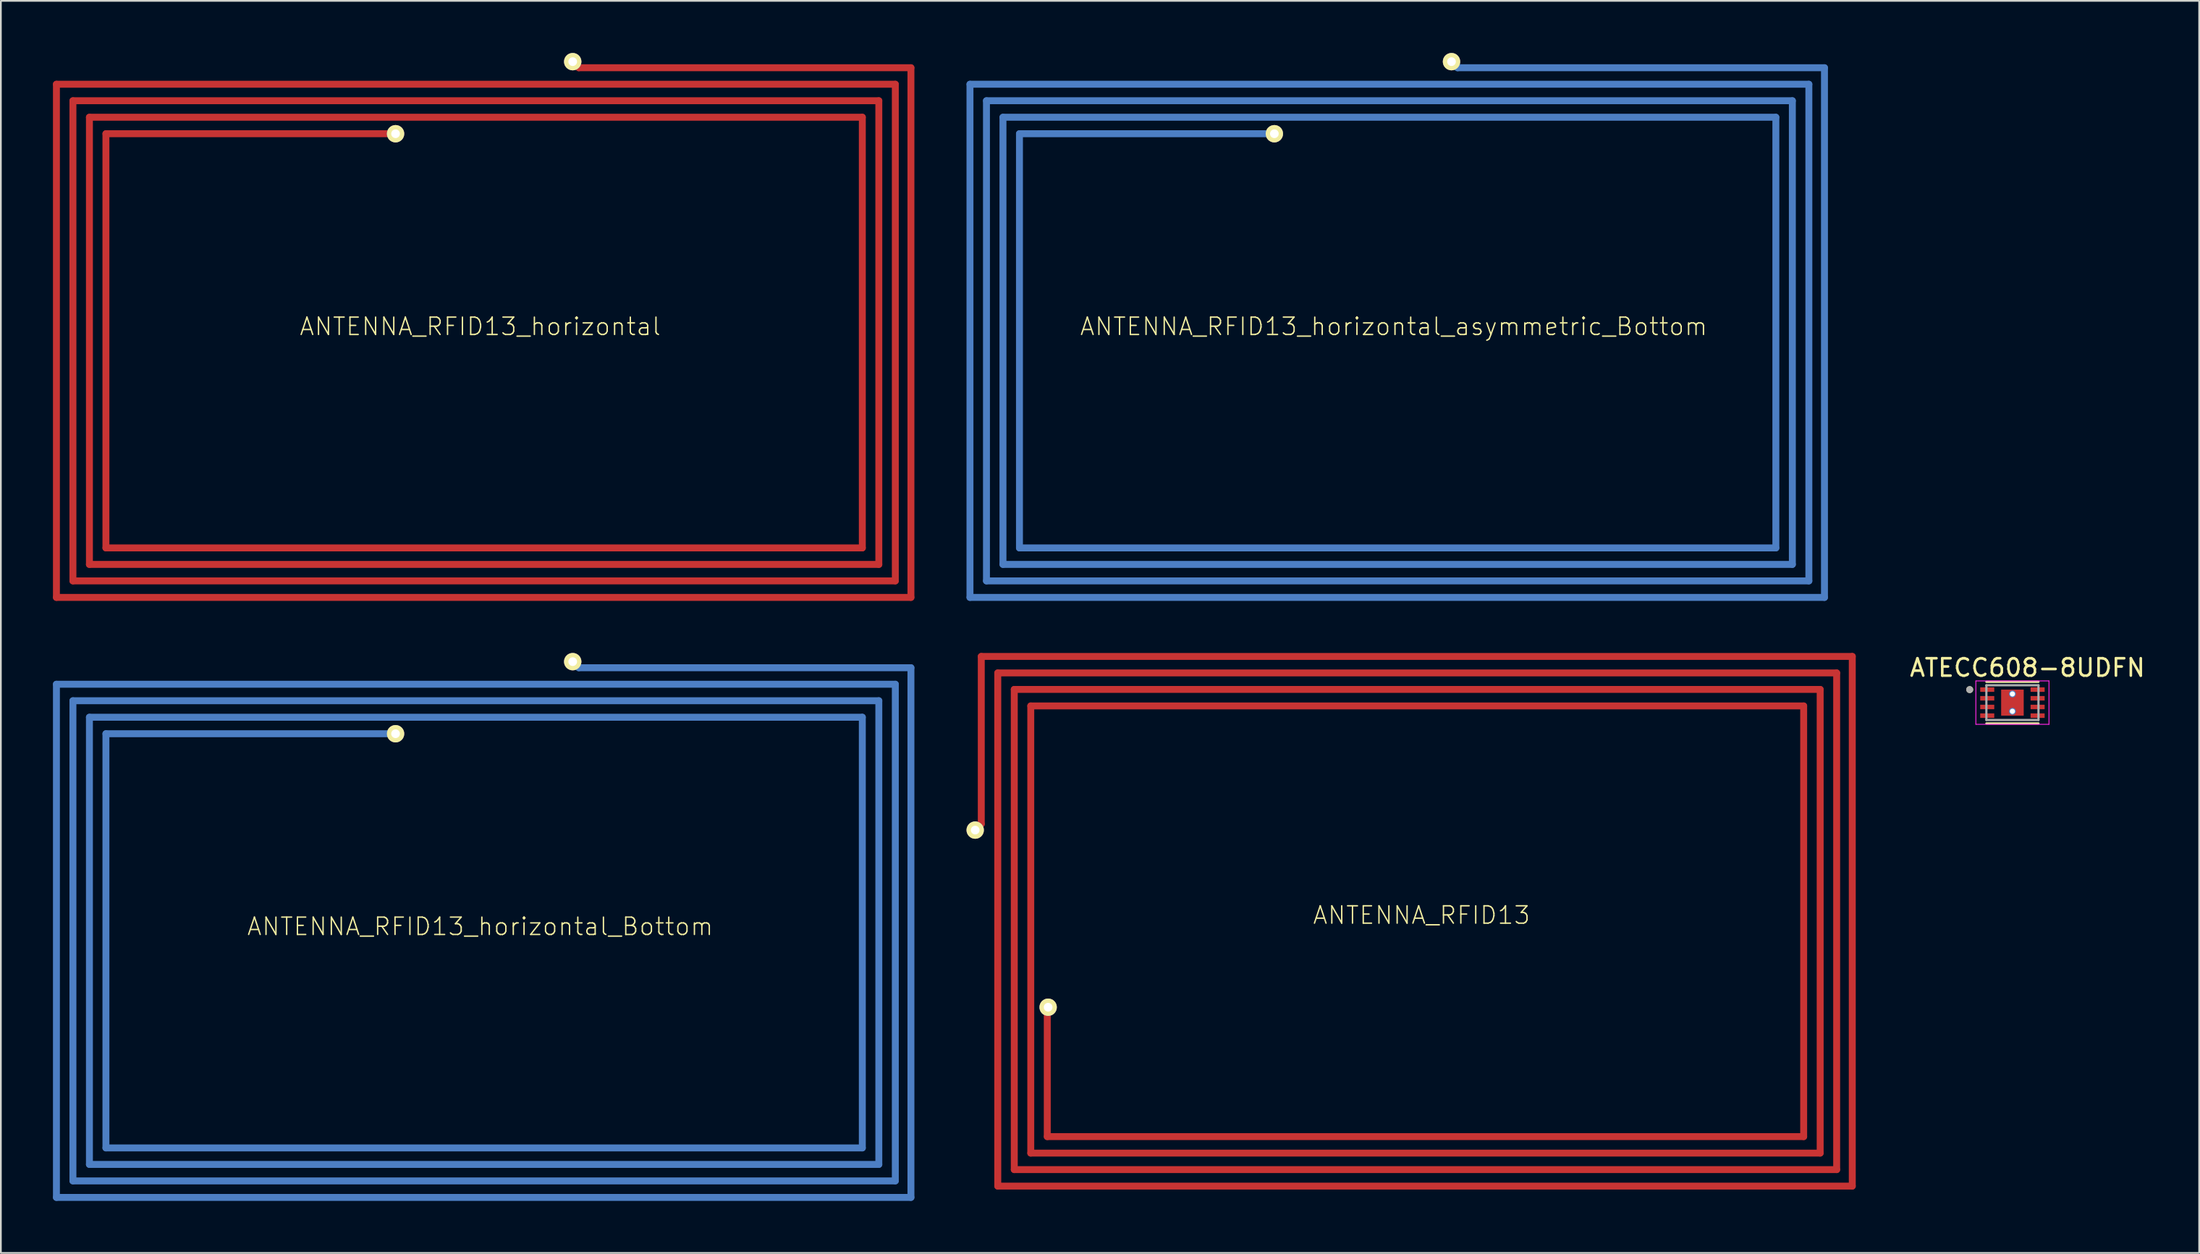
<source format=kicad_pcb>
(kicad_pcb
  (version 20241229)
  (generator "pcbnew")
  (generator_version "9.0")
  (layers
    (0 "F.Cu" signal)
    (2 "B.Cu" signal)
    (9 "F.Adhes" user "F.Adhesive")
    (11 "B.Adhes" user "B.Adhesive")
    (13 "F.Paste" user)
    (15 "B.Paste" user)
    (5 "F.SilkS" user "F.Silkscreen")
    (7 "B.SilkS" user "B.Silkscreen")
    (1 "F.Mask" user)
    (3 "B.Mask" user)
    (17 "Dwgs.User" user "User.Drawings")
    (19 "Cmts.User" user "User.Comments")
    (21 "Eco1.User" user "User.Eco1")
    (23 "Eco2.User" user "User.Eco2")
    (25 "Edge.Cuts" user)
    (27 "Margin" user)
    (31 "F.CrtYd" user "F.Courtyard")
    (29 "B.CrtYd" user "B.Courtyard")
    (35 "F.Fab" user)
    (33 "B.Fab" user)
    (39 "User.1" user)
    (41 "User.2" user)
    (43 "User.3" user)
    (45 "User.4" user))
  (footprint "ANTENNA_RFID13_horizontal_asymmetric_Bottom"
    (placed yes)
    (layer "F.Cu")
    (at 77.198 15.751)
    (property "Reference" "ANTENNA_RFID13_horizontal_asymmetric_Bottom" (at 0 0 0) (layer "F.SilkS") (effects (font (size 1 1) (thickness 0.08))))
    (attr through_hole)
    (fp_line (start -24.4 -13.95) (end 23.901 -13.95) (stroke (width 0.399) (type solid)) (layer "B.Cu"))
    (fp_line (start -24.4 15.6) (end -24.4 -13.95) (stroke (width 0.399) (type solid)) (layer "B.Cu"))
    (fp_line (start -24.4 15.6) (end 24.8 15.6) (stroke (width 0.399) (type solid)) (layer "B.Cu"))
    (fp_line (start -23.45 -13) (end 22.951 -13) (stroke (width 0.399) (type solid)) (layer "B.Cu"))
    (fp_line (start -23.45 14.65) (end -23.45 -13) (stroke (width 0.399) (type solid)) (layer "B.Cu"))
    (fp_line (start -23.45 14.65) (end 23.901 14.65) (stroke (width 0.399) (type solid)) (layer "B.Cu"))
    (fp_line (start -22.5 -12.05) (end 22.001 -12.05) (stroke (width 0.399) (type solid)) (layer "B.Cu"))
    (fp_line (start -22.5 13.7) (end -22.5 -12.05) (stroke (width 0.399) (type solid)) (layer "B.Cu"))
    (fp_line (start -22.5 13.7) (end 22.951 13.7) (stroke (width 0.399) (type solid)) (layer "B.Cu"))
    (fp_line (start -21.55 -11.1) (end -6.874 -11.1) (stroke (width 0.399) (type solid)) (layer "B.Cu"))
    (fp_line (start -21.55 12.75) (end -21.55 -11.1) (stroke (width 0.399) (type solid)) (layer "B.Cu"))
    (fp_line (start -21.55 12.75) (end 22.001 12.75) (stroke (width 0.399) (type solid)) (layer "B.Cu"))
    (fp_line (start 3.676 -14.9) (end 3.326 -15.251) (stroke (width 0.399) (type solid)) (layer "B.Cu"))
    (fp_line (start 3.676 -14.9) (end 24.8 -14.9) (stroke (width 0.399) (type solid)) (layer "B.Cu"))
    (fp_line (start 22.001 12.75) (end 22.001 -12.05) (stroke (width 0.399) (type solid)) (layer "B.Cu"))
    (fp_line (start 22.951 13.7) (end 22.951 -13) (stroke (width 0.399) (type solid)) (layer "B.Cu"))
    (fp_line (start 23.901 14.65) (end 23.901 -13.95) (stroke (width 0.399) (type solid)) (layer "B.Cu"))
    (fp_line (start 24.8 15.6) (end 24.8 -14.9) (stroke (width 0.399) (type solid)) (layer "B.Cu"))
    (pad "1" thru_hole circle (at 3.326 -15.251) (size 1 1) (drill 0.5) (layers "*.Cu" "*.Mask" "F.SilkS"))
    (pad "2" thru_hole circle (at -6.874 -11.1) (size 1 1) (drill 0.5) (layers "*.Cu" "*.Mask" "F.SilkS")))
  (footprint "ANTENNA_RFID13_horizontal_Bottom"
    (placed yes)
    (layer "F.Cu")
    (at 24.599 50.301)
    (property "Reference" "ANTENNA_RFID13_horizontal_Bottom" (at 0 0 0) (layer "F.SilkS") (effects (font (size 1 1) (thickness 0.08))))
    (attr through_hole)
    (fp_line (start -24.4 -13.95) (end 23.901 -13.95) (stroke (width 0.399) (type solid)) (layer "B.Cu"))
    (fp_line (start -24.4 15.6) (end -24.4 -13.95) (stroke (width 0.399) (type solid)) (layer "B.Cu"))
    (fp_line (start -24.4 15.6) (end 24.8 15.6) (stroke (width 0.399) (type solid)) (layer "B.Cu"))
    (fp_line (start -23.45 -13) (end 22.951 -13) (stroke (width 0.399) (type solid)) (layer "B.Cu"))
    (fp_line (start -23.45 14.65) (end -23.45 -13) (stroke (width 0.399) (type solid)) (layer "B.Cu"))
    (fp_line (start -23.45 14.65) (end 23.901 14.65) (stroke (width 0.399) (type solid)) (layer "B.Cu"))
    (fp_line (start -22.5 -12.05) (end 22.001 -12.05) (stroke (width 0.399) (type solid)) (layer "B.Cu"))
    (fp_line (start -22.5 13.7) (end -22.5 -12.05) (stroke (width 0.399) (type solid)) (layer "B.Cu"))
    (fp_line (start -22.5 13.7) (end 22.951 13.7) (stroke (width 0.399) (type solid)) (layer "B.Cu"))
    (fp_line (start -21.55 -11.1) (end -4.874 -11.1) (stroke (width 0.399) (type solid)) (layer "B.Cu"))
    (fp_line (start -21.55 12.75) (end -21.55 -11.1) (stroke (width 0.399) (type solid)) (layer "B.Cu"))
    (fp_line (start -21.55 12.75) (end 22.001 12.75) (stroke (width 0.399) (type solid)) (layer "B.Cu"))
    (fp_line (start 5.676 -14.9) (end 5.326 -15.251) (stroke (width 0.399) (type solid)) (layer "B.Cu"))
    (fp_line (start 5.676 -14.9) (end 24.8 -14.9) (stroke (width 0.399) (type solid)) (layer "B.Cu"))
    (fp_line (start 22.001 12.75) (end 22.001 -12.05) (stroke (width 0.399) (type solid)) (layer "B.Cu"))
    (fp_line (start 22.951 13.7) (end 22.951 -13) (stroke (width 0.399) (type solid)) (layer "B.Cu"))
    (fp_line (start 23.901 14.65) (end 23.901 -13.95) (stroke (width 0.399) (type solid)) (layer "B.Cu"))
    (fp_line (start 24.8 15.6) (end 24.8 -14.9) (stroke (width 0.399) (type solid)) (layer "B.Cu"))
    (pad "1" thru_hole circle (at 5.326 -15.251) (size 1 1) (drill 0.5) (layers "*.Cu" "*.Mask" "F.SilkS"))
    (pad "2" thru_hole circle (at -4.874 -11.1) (size 1 1) (drill 0.5) (layers "*.Cu" "*.Mask" "F.SilkS")))
  (footprint "ATECC608-8UDFN"
    (layer "F.Cu")
    (at 112.82 37.41)
    (property "Reference" "ATECC608-8UDFN" (at 0.865 -2.012 0) (layer "F.SilkS") (effects (font (size 1 1) (thickness 0.15))))
    (attr through_hole)
    (fp_line (start -1.5 -1.2) (end 1.5 -1.2) (stroke (width 0.127) (type solid)) (layer "F.SilkS"))
    (fp_line (start -1.5 1.2) (end 1.5 1.2) (stroke (width 0.127) (type solid)) (layer "F.SilkS"))
    (fp_circle (center -2.46 -0.75) (end -2.36 -0.75) (stroke (width 0.2) (type solid)) (fill no) (layer "F.SilkS"))
    (fp_poly (pts (xy -0.41 -0.47) (xy 0.41 -0.47) (xy 0.41 0.47) (xy -0.41 0.47)) (stroke (width 0.01) (type solid)) (fill yes) (layer "F.Paste"))
    (fp_line (start -2.105 -1.25) (end -2.105 1.25) (stroke (width 0.05) (type solid)) (layer "F.CrtYd"))
    (fp_line (start -2.105 -1.25) (end 2.105 -1.25) (stroke (width 0.05) (type solid)) (layer "F.CrtYd"))
    (fp_line (start -2.105 1.25) (end 2.105 1.25) (stroke (width 0.05) (type solid)) (layer "F.CrtYd"))
    (fp_line (start 2.105 -1.25) (end 2.105 1.25) (stroke (width 0.05) (type solid)) (layer "F.CrtYd"))
    (fp_line (start -1.5 -1) (end -1.5 1) (stroke (width 0.127) (type solid)) (layer "F.Fab"))
    (fp_line (start -1.5 -1) (end 1.5 -1) (stroke (width 0.127) (type solid)) (layer "F.Fab"))
    (fp_line (start -1.5 1) (end 1.5 1) (stroke (width 0.127) (type solid)) (layer "F.Fab"))
    (fp_line (start 1.5 -1) (end 1.5 1) (stroke (width 0.127) (type solid)) (layer "F.Fab"))
    (fp_circle (center -2.46 -0.75) (end -2.36 -0.75) (stroke (width 0.2) (type solid)) (fill no) (layer "F.Fab"))
    (pad "1" smd rect (at -1.45 -0.75) (size 0.81 0.26) (layers "F.Cu" "F.Mask" "F.Paste"))
    (pad "2" smd rect (at -1.45 -0.25) (size 0.81 0.26) (layers "F.Cu" "F.Mask" "F.Paste"))
    (pad "3" smd rect (at -1.45 0.25) (size 0.81 0.26) (layers "F.Cu" "F.Mask" "F.Paste"))
    (pad "4" smd rect (at -1.45 0.75) (size 0.81 0.26) (layers "F.Cu" "F.Mask" "F.Paste"))
    (pad "5" smd rect (at 1.45 0.75) (size 0.81 0.26) (layers "F.Cu" "F.Mask" "F.Paste"))
    (pad "6" smd rect (at 1.45 0.25) (size 0.81 0.26) (layers "F.Cu" "F.Mask" "F.Paste"))
    (pad "7" smd rect (at 1.45 -0.25) (size 0.81 0.26) (layers "F.Cu" "F.Mask" "F.Paste"))
    (pad "8" smd rect (at 1.45 -0.75) (size 0.81 0.26) (layers "F.Cu" "F.Mask" "F.Paste"))
    (pad "9" smd rect (at 0 0) (size 1.3 1.5) (layers "F.Cu" "F.Mask"))
    (pad "9_1" thru_hole circle (at 0 -0.5) (size 0.4 0.4) (drill 0.3) (layers "*.Cu" "*.Mask"))
    (pad "9_2" thru_hole circle (at 0 0.5) (size 0.4 0.4) (drill 0.3) (layers "*.Cu" "*.Mask")))
  (footprint "ANTENNA_RFID13"
    (placed yes)
    (layer "F.Cu")
    (at 78.799 49.65)
    (property "Reference" "ANTENNA_RFID13" (at 0 0 0) (layer "F.SilkS") (effects (font (size 1 1) (thickness 0.08))))
    (attr through_hole)
    (fp_line (start -25.7 -4.9) (end -25.35 -5.251) (stroke (width 0.399) (type solid)) (layer "F.Cu"))
    (fp_line (start -25.35 -14.9) (end 24.8 -14.9) (stroke (width 0.399) (type solid)) (layer "F.Cu"))
    (fp_line (start -25.35 -5.251) (end -25.35 -14.9) (stroke (width 0.399) (type solid)) (layer "F.Cu"))
    (fp_line (start -24.4 -13.95) (end 23.901 -13.95) (stroke (width 0.399) (type solid)) (layer "F.Cu"))
    (fp_line (start -24.4 15.6) (end -24.4 -13.95) (stroke (width 0.399) (type solid)) (layer "F.Cu"))
    (fp_line (start -24.4 15.6) (end 24.8 15.6) (stroke (width 0.399) (type solid)) (layer "F.Cu"))
    (fp_line (start -23.45 -13) (end 22.951 -13) (stroke (width 0.399) (type solid)) (layer "F.Cu"))
    (fp_line (start -23.45 14.65) (end -23.45 -13) (stroke (width 0.399) (type solid)) (layer "F.Cu"))
    (fp_line (start -23.45 14.65) (end 23.901 14.65) (stroke (width 0.399) (type solid)) (layer "F.Cu"))
    (fp_line (start -22.5 -12.05) (end 22.001 -12.05) (stroke (width 0.399) (type solid)) (layer "F.Cu"))
    (fp_line (start -22.5 13.7) (end -22.5 -12.05) (stroke (width 0.399) (type solid)) (layer "F.Cu"))
    (fp_line (start -22.5 13.7) (end 22.951 13.7) (stroke (width 0.399) (type solid)) (layer "F.Cu"))
    (fp_line (start -21.55 12.75) (end -21.55 5.3) (stroke (width 0.399) (type solid)) (layer "F.Cu"))
    (fp_line (start -21.55 12.75) (end 22.001 12.75) (stroke (width 0.399) (type solid)) (layer "F.Cu"))
    (fp_line (start 22.001 12.75) (end 22.001 -12.05) (stroke (width 0.399) (type solid)) (layer "F.Cu"))
    (fp_line (start 22.951 13.7) (end 22.951 -13) (stroke (width 0.399) (type solid)) (layer "F.Cu"))
    (fp_line (start 23.901 14.65) (end 23.901 -13.95) (stroke (width 0.399) (type solid)) (layer "F.Cu"))
    (fp_line (start 24.8 15.6) (end 24.8 -14.9) (stroke (width 0.399) (type solid)) (layer "F.Cu"))
    (pad "1" thru_hole circle (at -25.7 -4.9) (size 1 1) (drill 0.5) (layers "*.Cu" "*.Mask" "F.SilkS"))
    (pad "2" thru_hole circle (at -21.5 5.3) (size 1 1) (drill 0.5) (layers "*.Cu" "*.Mask" "F.SilkS")))
  (footprint "ANTENNA_RFID13_horizontal"
    (placed yes)
    (layer "F.Cu")
    (at 24.599 15.751)
    (property "Reference" "ANTENNA_RFID13_horizontal" (at 0 0 0) (layer "F.SilkS") (effects (font (size 1 1) (thickness 0.08))))
    (attr through_hole)
    (fp_line (start -24.4 -13.95) (end 23.901 -13.95) (stroke (width 0.399) (type solid)) (layer "F.Cu"))
    (fp_line (start -24.4 15.6) (end -24.4 -13.95) (stroke (width 0.399) (type solid)) (layer "F.Cu"))
    (fp_line (start -24.4 15.6) (end 24.8 15.6) (stroke (width 0.399) (type solid)) (layer "F.Cu"))
    (fp_line (start -23.45 -13) (end 22.951 -13) (stroke (width 0.399) (type solid)) (layer "F.Cu"))
    (fp_line (start -23.45 14.65) (end -23.45 -13) (stroke (width 0.399) (type solid)) (layer "F.Cu"))
    (fp_line (start -23.45 14.65) (end 23.901 14.65) (stroke (width 0.399) (type solid)) (layer "F.Cu"))
    (fp_line (start -22.5 -12.05) (end 22.001 -12.05) (stroke (width 0.399) (type solid)) (layer "F.Cu"))
    (fp_line (start -22.5 13.7) (end -22.5 -12.05) (stroke (width 0.399) (type solid)) (layer "F.Cu"))
    (fp_line (start -22.5 13.7) (end 22.951 13.7) (stroke (width 0.399) (type solid)) (layer "F.Cu"))
    (fp_line (start -21.55 -11.1) (end -4.874 -11.1) (stroke (width 0.399) (type solid)) (layer "F.Cu"))
    (fp_line (start -21.55 12.75) (end -21.55 -11.1) (stroke (width 0.399) (type solid)) (layer "F.Cu"))
    (fp_line (start -21.55 12.75) (end 22.001 12.75) (stroke (width 0.399) (type solid)) (layer "F.Cu"))
    (fp_line (start 5.676 -14.9) (end 5.326 -15.251) (stroke (width 0.399) (type solid)) (layer "F.Cu"))
    (fp_line (start 5.676 -14.9) (end 24.8 -14.9) (stroke (width 0.399) (type solid)) (layer "F.Cu"))
    (fp_line (start 22.001 12.75) (end 22.001 -12.05) (stroke (width 0.399) (type solid)) (layer "F.Cu"))
    (fp_line (start 22.951 13.7) (end 22.951 -13) (stroke (width 0.399) (type solid)) (layer "F.Cu"))
    (fp_line (start 23.901 14.65) (end 23.901 -13.95) (stroke (width 0.399) (type solid)) (layer "F.Cu"))
    (fp_line (start 24.8 15.6) (end 24.8 -14.9) (stroke (width 0.399) (type solid)) (layer "F.Cu"))
    (pad "1" thru_hole circle (at 5.326 -15.251) (size 1 1) (drill 0.5) (layers "*.Cu" "*.Mask" "F.SilkS"))
    (pad "2" thru_hole circle (at -4.874 -11.1) (size 1 1) (drill 0.5) (layers "*.Cu" "*.Mask" "F.SilkS")))
  (gr_rect
    (start -3 -3)
    (end 123.572 69.1)
    (stroke (width 0.1) (type default))
    (fill no)
    (layer "Edge.Cuts")))
</source>
